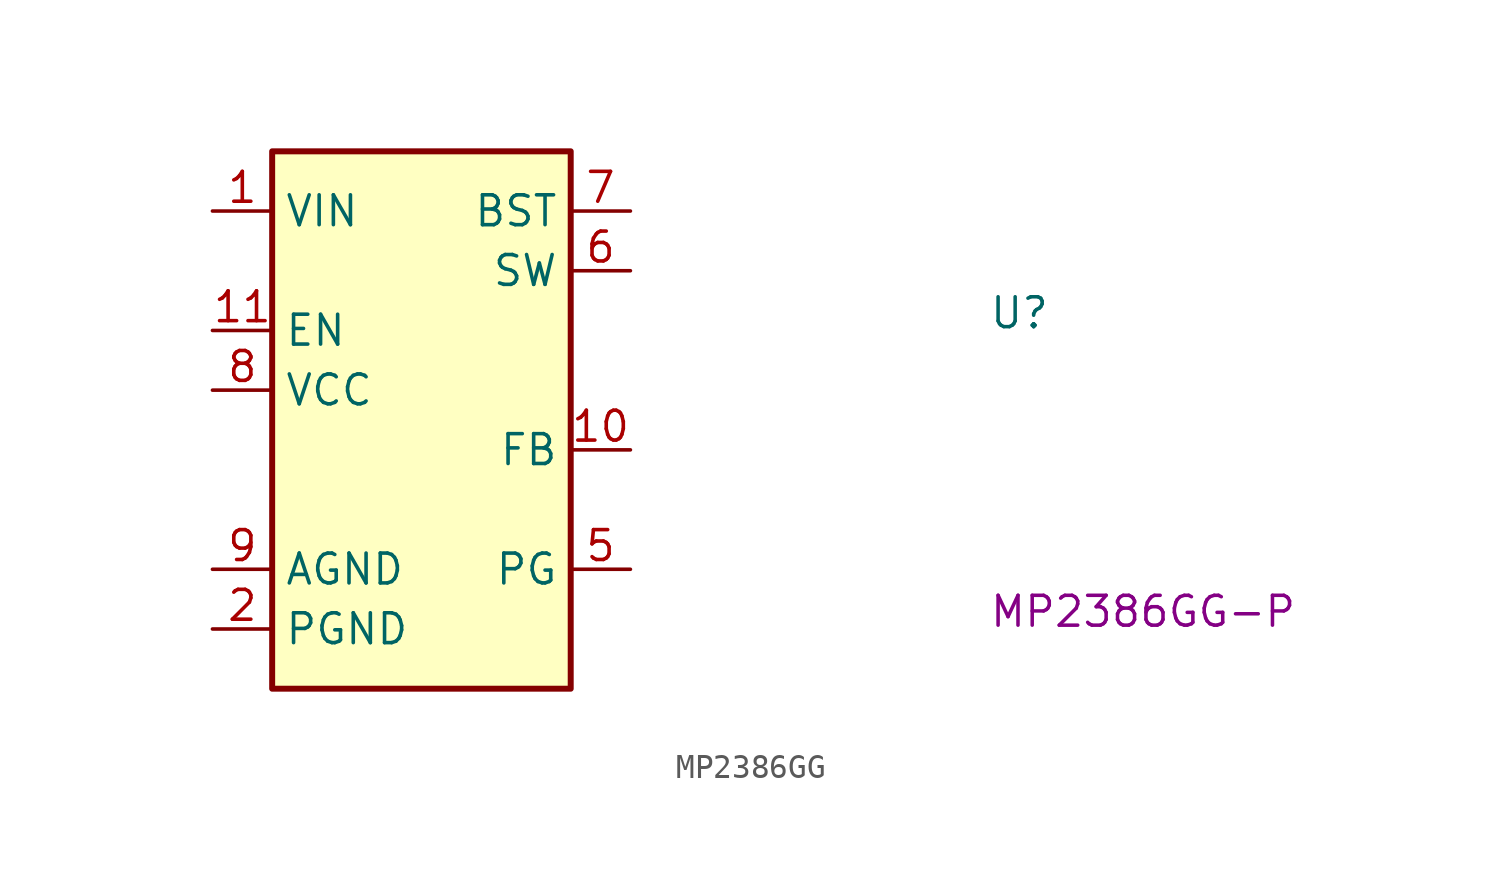
<source format=kicad_sym>
(kicad_symbol_lib
  (version 20220914)
  (generator kicad_symbol_editor)
  (symbol "MP2386GG"
    (property "Reference" "U"
      (at 33.02 -5.08 0)
      (effects (font (size 1.27 1.27) (thickness 0.15)) (justify left bottom)))
    (property "MPN" "MP2386GG-P"
      (at 33.02 -17.78 0)
      (effects (font (size 1.27 1.27) (thickness 0.15)) (justify left bottom)))
    (symbol "MP2386GG_1_1"
      (rectangle (start 2.54 2.54) (end 15.24 -20.32) (stroke (width 0.254) (type default)) (fill (type background)))
      (pin power_in line (at 0 0 0) (length 2.54) (name "VIN" (effects (font (size 1.27 1.27)))) (number "1" (effects (font (size 1.27 1.27)))))
      (pin input line (at 17.78 -10.16 180) (length 2.54) (name "FB" (effects (font (size 1.27 1.27)))) (number "10" (effects (font (size 1.27 1.27)))))
      (pin input line (at 0 -5.08 0) (length 2.54) (name "EN" (effects (font (size 1.27 1.27)))) (number "11" (effects (font (size 1.27 1.27)))))
      (pin power_in line (at 0 -17.78 0) (length 2.54) (name "PGND" (effects (font (size 1.27 1.27)))) (number "2" (effects (font (size 1.27 1.27)))))
      (pin passive line (at 0 -17.78 0) (length 2.54) hide (name "PGND" (effects (font (size 1.27 1.27)))) (number "3" (effects (font (size 1.27 1.27)))))
      (pin passive line (at 0 -17.78 0) (length 2.54) hide (name "PGND" (effects (font (size 1.27 1.27)))) (number "4" (effects (font (size 1.27 1.27)))))
      (pin open_collector line (at 17.78 -15.24 180) (length 2.54) (name "PG" (effects (font (size 1.27 1.27)))) (number "5" (effects (font (size 1.27 1.27)))))
      (pin power_out line (at 17.78 -2.54 180) (length 2.54) (name "SW" (effects (font (size 1.27 1.27)))) (number "6" (effects (font (size 1.27 1.27)))))
      (pin input line (at 17.78 0 180) (length 2.54) (name "BST" (effects (font (size 1.27 1.27)))) (number "7" (effects (font (size 1.27 1.27)))))
      (pin power_out line (at 0 -7.62 0) (length 2.54) (name "VCC" (effects (font (size 1.27 1.27)))) (number "8" (effects (font (size 1.27 1.27)))))
      (pin power_in line (at 0 -15.24 0) (length 2.54) (name "AGND" (effects (font (size 1.27 1.27)))) (number "9" (effects (font (size 1.27 1.27))))))))
</source>
